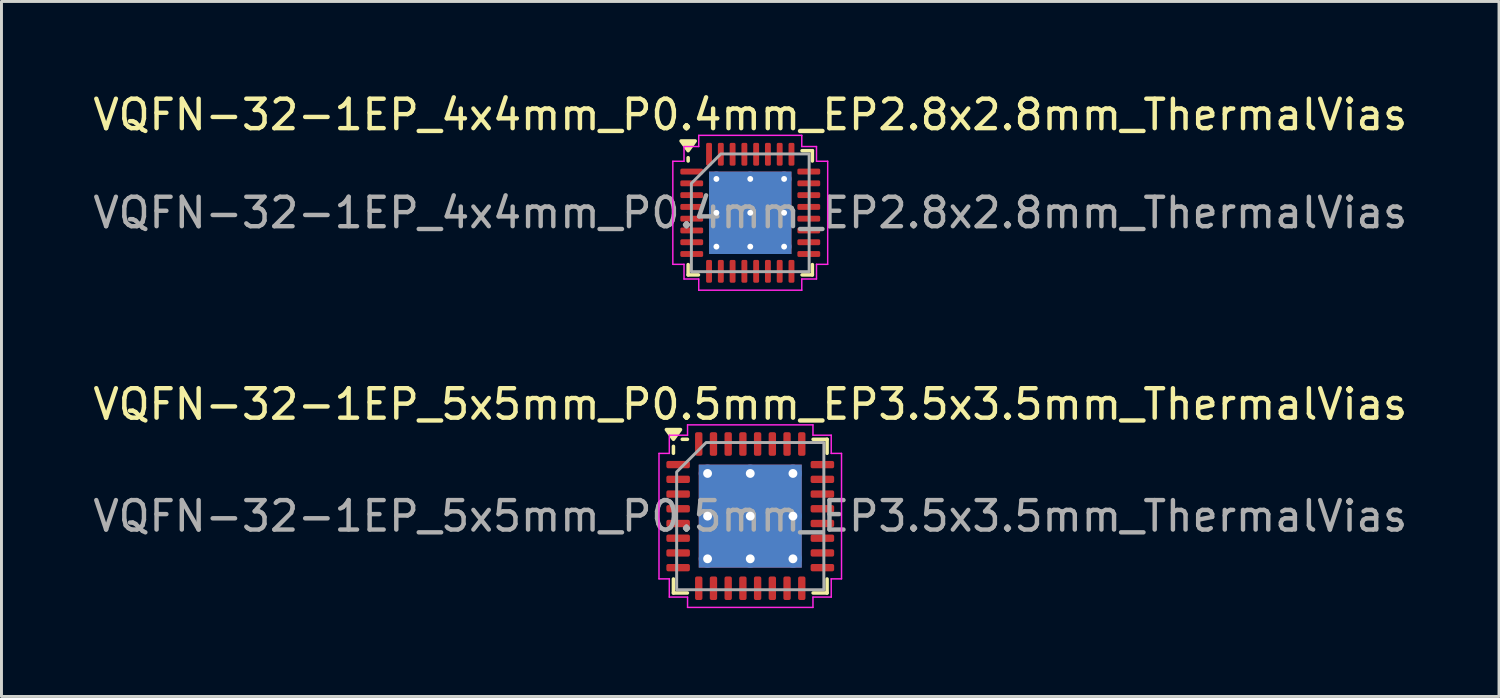
<source format=kicad_pcb>
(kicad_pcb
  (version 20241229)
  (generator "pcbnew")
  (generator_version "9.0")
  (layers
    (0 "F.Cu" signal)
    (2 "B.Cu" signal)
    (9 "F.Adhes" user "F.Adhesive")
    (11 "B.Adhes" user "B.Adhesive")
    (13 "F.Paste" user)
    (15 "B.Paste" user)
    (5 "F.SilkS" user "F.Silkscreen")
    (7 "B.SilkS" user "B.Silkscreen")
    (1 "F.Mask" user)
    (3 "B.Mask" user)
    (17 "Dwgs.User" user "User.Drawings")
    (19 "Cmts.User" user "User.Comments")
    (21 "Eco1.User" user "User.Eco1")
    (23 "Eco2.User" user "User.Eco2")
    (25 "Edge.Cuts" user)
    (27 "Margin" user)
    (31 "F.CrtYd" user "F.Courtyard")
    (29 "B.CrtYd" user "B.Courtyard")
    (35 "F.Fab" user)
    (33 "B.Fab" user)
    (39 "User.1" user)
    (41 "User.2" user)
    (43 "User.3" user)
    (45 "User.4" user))
  (footprint "VQFN-32-1EP_5x5mm_P0.5mm_EP3.5x3.5mm_ThermalVias"
    (layer "F.Cu")
    (at 22.435 14.482)
    (property "Reference" "VQFN-32-1EP_5x5mm_P0.5mm_EP3.5x3.5mm_ThermalVias" (at 0 -3.8 0) (layer "F.SilkS") (effects (font (size 1 1) (thickness 0.15))))
    (attr smd)
    (fp_line (start -2.61 -2.135) (end -2.61 -2.37) (stroke (width 0.12) (type solid)) (layer "F.SilkS"))
    (fp_line (start -2.61 2.61) (end -2.61 2.135) (stroke (width 0.12) (type solid)) (layer "F.SilkS"))
    (fp_line (start -2.135 -2.61) (end -2.31 -2.61) (stroke (width 0.12) (type solid)) (layer "F.SilkS"))
    (fp_line (start -2.135 2.61) (end -2.61 2.61) (stroke (width 0.12) (type solid)) (layer "F.SilkS"))
    (fp_line (start 2.135 -2.61) (end 2.61 -2.61) (stroke (width 0.12) (type solid)) (layer "F.SilkS"))
    (fp_line (start 2.135 2.61) (end 2.61 2.61) (stroke (width 0.12) (type solid)) (layer "F.SilkS"))
    (fp_line (start 2.61 -2.61) (end 2.61 -2.135) (stroke (width 0.12) (type solid)) (layer "F.SilkS"))
    (fp_line (start 2.61 2.61) (end 2.61 2.135) (stroke (width 0.12) (type solid)) (layer "F.SilkS"))
    (fp_poly (pts (xy -2.61 -2.61) (xy -2.85 -2.94) (xy -2.37 -2.94)) (stroke (width 0.12) (type solid)) (fill yes) (layer "F.SilkS"))
    (fp_line (start -3.1 -2.13) (end -2.75 -2.13) (stroke (width 0.05) (type solid)) (layer "F.CrtYd"))
    (fp_line (start -3.1 2.13) (end -3.1 -2.13) (stroke (width 0.05) (type solid)) (layer "F.CrtYd"))
    (fp_line (start -2.75 -2.75) (end -2.13 -2.75) (stroke (width 0.05) (type solid)) (layer "F.CrtYd"))
    (fp_line (start -2.75 -2.13) (end -2.75 -2.75) (stroke (width 0.05) (type solid)) (layer "F.CrtYd"))
    (fp_line (start -2.75 2.13) (end -3.1 2.13) (stroke (width 0.05) (type solid)) (layer "F.CrtYd"))
    (fp_line (start -2.75 2.75) (end -2.75 2.13) (stroke (width 0.05) (type solid)) (layer "F.CrtYd"))
    (fp_line (start -2.13 -3.1) (end 2.13 -3.1) (stroke (width 0.05) (type solid)) (layer "F.CrtYd"))
    (fp_line (start -2.13 -2.75) (end -2.13 -3.1) (stroke (width 0.05) (type solid)) (layer "F.CrtYd"))
    (fp_line (start -2.13 2.75) (end -2.75 2.75) (stroke (width 0.05) (type solid)) (layer "F.CrtYd"))
    (fp_line (start -2.13 3.1) (end -2.13 2.75) (stroke (width 0.05) (type solid)) (layer "F.CrtYd"))
    (fp_line (start 2.13 -3.1) (end 2.13 -2.75) (stroke (width 0.05) (type solid)) (layer "F.CrtYd"))
    (fp_line (start 2.13 -2.75) (end 2.75 -2.75) (stroke (width 0.05) (type solid)) (layer "F.CrtYd"))
    (fp_line (start 2.13 2.75) (end 2.13 3.1) (stroke (width 0.05) (type solid)) (layer "F.CrtYd"))
    (fp_line (start 2.13 3.1) (end -2.13 3.1) (stroke (width 0.05) (type solid)) (layer "F.CrtYd"))
    (fp_line (start 2.75 -2.75) (end 2.75 -2.13) (stroke (width 0.05) (type solid)) (layer "F.CrtYd"))
    (fp_line (start 2.75 -2.13) (end 3.1 -2.13) (stroke (width 0.05) (type solid)) (layer "F.CrtYd"))
    (fp_line (start 2.75 2.13) (end 2.75 2.75) (stroke (width 0.05) (type solid)) (layer "F.CrtYd"))
    (fp_line (start 2.75 2.75) (end 2.13 2.75) (stroke (width 0.05) (type solid)) (layer "F.CrtYd"))
    (fp_line (start 3.1 -2.13) (end 3.1 2.13) (stroke (width 0.05) (type solid)) (layer "F.CrtYd"))
    (fp_line (start 3.1 2.13) (end 2.75 2.13) (stroke (width 0.05) (type solid)) (layer "F.CrtYd"))
    (fp_poly (pts (xy -2.5 -1.5) (xy -2.5 2.5) (xy 2.5 2.5) (xy 2.5 -2.5) (xy -1.5 -2.5)) (stroke (width 0.1) (type solid)) (fill no) (layer "F.Fab"))
    (fp_text user "${REFERENCE}" (at 0 0 0) (layer "F.Fab") (effects (font (size 1 1) (thickness 0.15))))
    (pad "" smd roundrect (at -0.875 -0.875) (size 1.46 1.46) (layers "F.Paste") (roundrect_rratio 0.171))
    (pad "" smd roundrect (at -0.875 0.875) (size 1.46 1.46) (layers "F.Paste") (roundrect_rratio 0.171))
    (pad "" smd roundrect (at 0.875 -0.875) (size 1.46 1.46) (layers "F.Paste") (roundrect_rratio 0.171))
    (pad "" smd roundrect (at 0.875 0.875) (size 1.46 1.46) (layers "F.Paste") (roundrect_rratio 0.171))
    (pad "1" smd roundrect (at -2.45 -1.75) (size 0.8 0.25) (layers "F.Cu" "F.Mask" "F.Paste") (roundrect_rratio 0.25))
    (pad "2" smd roundrect (at -2.45 -1.25) (size 0.8 0.25) (layers "F.Cu" "F.Mask" "F.Paste") (roundrect_rratio 0.25))
    (pad "3" smd roundrect (at -2.45 -0.75) (size 0.8 0.25) (layers "F.Cu" "F.Mask" "F.Paste") (roundrect_rratio 0.25))
    (pad "4" smd roundrect (at -2.45 -0.25) (size 0.8 0.25) (layers "F.Cu" "F.Mask" "F.Paste") (roundrect_rratio 0.25))
    (pad "5" smd roundrect (at -2.45 0.25) (size 0.8 0.25) (layers "F.Cu" "F.Mask" "F.Paste") (roundrect_rratio 0.25))
    (pad "6" smd roundrect (at -2.45 0.75) (size 0.8 0.25) (layers "F.Cu" "F.Mask" "F.Paste") (roundrect_rratio 0.25))
    (pad "7" smd roundrect (at -2.45 1.25) (size 0.8 0.25) (layers "F.Cu" "F.Mask" "F.Paste") (roundrect_rratio 0.25))
    (pad "8" smd roundrect (at -2.45 1.75) (size 0.8 0.25) (layers "F.Cu" "F.Mask" "F.Paste") (roundrect_rratio 0.25))
    (pad "9" smd roundrect (at -1.75 2.45) (size 0.25 0.8) (layers "F.Cu" "F.Mask" "F.Paste") (roundrect_rratio 0.25))
    (pad "10" smd roundrect (at -1.25 2.45) (size 0.25 0.8) (layers "F.Cu" "F.Mask" "F.Paste") (roundrect_rratio 0.25))
    (pad "11" smd roundrect (at -0.75 2.45) (size 0.25 0.8) (layers "F.Cu" "F.Mask" "F.Paste") (roundrect_rratio 0.25))
    (pad "12" smd roundrect (at -0.25 2.45) (size 0.25 0.8) (layers "F.Cu" "F.Mask" "F.Paste") (roundrect_rratio 0.25))
    (pad "13" smd roundrect (at 0.25 2.45) (size 0.25 0.8) (layers "F.Cu" "F.Mask" "F.Paste") (roundrect_rratio 0.25))
    (pad "14" smd roundrect (at 0.75 2.45) (size 0.25 0.8) (layers "F.Cu" "F.Mask" "F.Paste") (roundrect_rratio 0.25))
    (pad "15" smd roundrect (at 1.25 2.45) (size 0.25 0.8) (layers "F.Cu" "F.Mask" "F.Paste") (roundrect_rratio 0.25))
    (pad "16" smd roundrect (at 1.75 2.45) (size 0.25 0.8) (layers "F.Cu" "F.Mask" "F.Paste") (roundrect_rratio 0.25))
    (pad "17" smd roundrect (at 2.45 1.75) (size 0.8 0.25) (layers "F.Cu" "F.Mask" "F.Paste") (roundrect_rratio 0.25))
    (pad "18" smd roundrect (at 2.45 1.25) (size 0.8 0.25) (layers "F.Cu" "F.Mask" "F.Paste") (roundrect_rratio 0.25))
    (pad "19" smd roundrect (at 2.45 0.75) (size 0.8 0.25) (layers "F.Cu" "F.Mask" "F.Paste") (roundrect_rratio 0.25))
    (pad "20" smd roundrect (at 2.45 0.25) (size 0.8 0.25) (layers "F.Cu" "F.Mask" "F.Paste") (roundrect_rratio 0.25))
    (pad "21" smd roundrect (at 2.45 -0.25) (size 0.8 0.25) (layers "F.Cu" "F.Mask" "F.Paste") (roundrect_rratio 0.25))
    (pad "22" smd roundrect (at 2.45 -0.75) (size 0.8 0.25) (layers "F.Cu" "F.Mask" "F.Paste") (roundrect_rratio 0.25))
    (pad "23" smd roundrect (at 2.45 -1.25) (size 0.8 0.25) (layers "F.Cu" "F.Mask" "F.Paste") (roundrect_rratio 0.25))
    (pad "24" smd roundrect (at 2.45 -1.75) (size 0.8 0.25) (layers "F.Cu" "F.Mask" "F.Paste") (roundrect_rratio 0.25))
    (pad "25" smd roundrect (at 1.75 -2.45) (size 0.25 0.8) (layers "F.Cu" "F.Mask" "F.Paste") (roundrect_rratio 0.25))
    (pad "26" smd roundrect (at 1.25 -2.45) (size 0.25 0.8) (layers "F.Cu" "F.Mask" "F.Paste") (roundrect_rratio 0.25))
    (pad "27" smd roundrect (at 0.75 -2.45) (size 0.25 0.8) (layers "F.Cu" "F.Mask" "F.Paste") (roundrect_rratio 0.25))
    (pad "28" smd roundrect (at 0.25 -2.45) (size 0.25 0.8) (layers "F.Cu" "F.Mask" "F.Paste") (roundrect_rratio 0.25))
    (pad "29" smd roundrect (at -0.25 -2.45) (size 0.25 0.8) (layers "F.Cu" "F.Mask" "F.Paste") (roundrect_rratio 0.25))
    (pad "30" smd roundrect (at -0.75 -2.45) (size 0.25 0.8) (layers "F.Cu" "F.Mask" "F.Paste") (roundrect_rratio 0.25))
    (pad "31" smd roundrect (at -1.25 -2.45) (size 0.25 0.8) (layers "F.Cu" "F.Mask" "F.Paste") (roundrect_rratio 0.25))
    (pad "32" smd roundrect (at -1.75 -2.45) (size 0.25 0.8) (layers "F.Cu" "F.Mask" "F.Paste") (roundrect_rratio 0.25))
    (pad "33" thru_hole circle (at -1.45 -1.45) (size 0.6 0.6) (drill 0.3) (property pad_prop_heatsink) (layers "*.Cu"))
    (pad "33" thru_hole circle (at -1.45 0) (size 0.6 0.6) (drill 0.3) (property pad_prop_heatsink) (layers "*.Cu"))
    (pad "33" thru_hole circle (at -1.45 1.45) (size 0.6 0.6) (drill 0.3) (property pad_prop_heatsink) (layers "*.Cu"))
    (pad "33" thru_hole circle (at 0 -1.45) (size 0.6 0.6) (drill 0.3) (property pad_prop_heatsink) (layers "*.Cu"))
    (pad "33" thru_hole circle (at 0 0) (size 0.6 0.6) (drill 0.3) (property pad_prop_heatsink) (layers "*.Cu"))
    (pad "33" smd rect (at 0 0) (size 3.5 3.5) (property pad_prop_heatsink) (layers "F.Cu" "F.Mask"))
    (pad "33" smd rect (at 0 0) (size 3.5 3.5) (property pad_prop_heatsink) (layers "B.Cu"))
    (pad "33" thru_hole circle (at 0 1.45) (size 0.6 0.6) (drill 0.3) (property pad_prop_heatsink) (layers "*.Cu"))
    (pad "33" thru_hole circle (at 1.45 -1.45) (size 0.6 0.6) (drill 0.3) (property pad_prop_heatsink) (layers "*.Cu"))
    (pad "33" thru_hole circle (at 1.45 0) (size 0.6 0.6) (drill 0.3) (property pad_prop_heatsink) (layers "*.Cu"))
    (pad "33" thru_hole circle (at 1.45 1.45) (size 0.6 0.6) (drill 0.3) (property pad_prop_heatsink) (layers "*.Cu")))
  (footprint "VQFN-32-1EP_4x4mm_P0.4mm_EP2.8x2.8mm_ThermalVias"
    (layer "F.Cu")
    (at 22.435 4.178)
    (property "Reference" "VQFN-32-1EP_4x4mm_P0.4mm_EP2.8x2.8mm_ThermalVias" (at 0 -3.33 0) (layer "F.SilkS") (effects (font (size 1 1) (thickness 0.15))))
    (attr smd)
    (fp_line (start -2.11 -1.76) (end -2.11 -1.87) (stroke (width 0.12) (type solid)) (layer "F.SilkS"))
    (fp_line (start -2.11 2.11) (end -2.11 1.76) (stroke (width 0.12) (type solid)) (layer "F.SilkS"))
    (fp_line (start -1.76 2.11) (end -2.11 2.11) (stroke (width 0.12) (type solid)) (layer "F.SilkS"))
    (fp_line (start 1.76 -2.11) (end 2.11 -2.11) (stroke (width 0.12) (type solid)) (layer "F.SilkS"))
    (fp_line (start 1.76 2.11) (end 2.11 2.11) (stroke (width 0.12) (type solid)) (layer "F.SilkS"))
    (fp_line (start 2.11 -2.11) (end 2.11 -1.76) (stroke (width 0.12) (type solid)) (layer "F.SilkS"))
    (fp_line (start 2.11 2.11) (end 2.11 1.76) (stroke (width 0.12) (type solid)) (layer "F.SilkS"))
    (fp_poly (pts (xy -2.11 -2.11) (xy -2.35 -2.44) (xy -1.87 -2.44)) (stroke (width 0.12) (type solid)) (fill yes) (layer "F.SilkS"))
    (fp_line (start -2.63 -1.75) (end -2.25 -1.75) (stroke (width 0.05) (type solid)) (layer "F.CrtYd"))
    (fp_line (start -2.63 1.75) (end -2.63 -1.75) (stroke (width 0.05) (type solid)) (layer "F.CrtYd"))
    (fp_line (start -2.25 -2.25) (end -1.75 -2.25) (stroke (width 0.05) (type solid)) (layer "F.CrtYd"))
    (fp_line (start -2.25 -1.75) (end -2.25 -2.25) (stroke (width 0.05) (type solid)) (layer "F.CrtYd"))
    (fp_line (start -2.25 1.75) (end -2.63 1.75) (stroke (width 0.05) (type solid)) (layer "F.CrtYd"))
    (fp_line (start -2.25 2.25) (end -2.25 1.75) (stroke (width 0.05) (type solid)) (layer "F.CrtYd"))
    (fp_line (start -1.75 -2.63) (end 1.75 -2.63) (stroke (width 0.05) (type solid)) (layer "F.CrtYd"))
    (fp_line (start -1.75 -2.25) (end -1.75 -2.63) (stroke (width 0.05) (type solid)) (layer "F.CrtYd"))
    (fp_line (start -1.75 2.25) (end -2.25 2.25) (stroke (width 0.05) (type solid)) (layer "F.CrtYd"))
    (fp_line (start -1.75 2.63) (end -1.75 2.25) (stroke (width 0.05) (type solid)) (layer "F.CrtYd"))
    (fp_line (start 1.75 -2.63) (end 1.75 -2.25) (stroke (width 0.05) (type solid)) (layer "F.CrtYd"))
    (fp_line (start 1.75 -2.25) (end 2.25 -2.25) (stroke (width 0.05) (type solid)) (layer "F.CrtYd"))
    (fp_line (start 1.75 2.25) (end 1.75 2.63) (stroke (width 0.05) (type solid)) (layer "F.CrtYd"))
    (fp_line (start 1.75 2.63) (end -1.75 2.63) (stroke (width 0.05) (type solid)) (layer "F.CrtYd"))
    (fp_line (start 2.25 -2.25) (end 2.25 -1.75) (stroke (width 0.05) (type solid)) (layer "F.CrtYd"))
    (fp_line (start 2.25 -1.75) (end 2.63 -1.75) (stroke (width 0.05) (type solid)) (layer "F.CrtYd"))
    (fp_line (start 2.25 1.75) (end 2.25 2.25) (stroke (width 0.05) (type solid)) (layer "F.CrtYd"))
    (fp_line (start 2.25 2.25) (end 1.75 2.25) (stroke (width 0.05) (type solid)) (layer "F.CrtYd"))
    (fp_line (start 2.63 -1.75) (end 2.63 1.75) (stroke (width 0.05) (type solid)) (layer "F.CrtYd"))
    (fp_line (start 2.63 1.75) (end 2.25 1.75) (stroke (width 0.05) (type solid)) (layer "F.CrtYd"))
    (fp_poly (pts (xy -2 -1) (xy -2 2) (xy 2 2) (xy 2 -2) (xy -1 -2)) (stroke (width 0.1) (type solid)) (fill no) (layer "F.Fab"))
    (fp_text user "${REFERENCE}" (at 0 0 0) (layer "F.Fab") (effects (font (size 1 1) (thickness 0.15))))
    (pad "" smd roundrect (at -0.7 -0.7) (size 1.17 1.17) (layers "F.Paste") (roundrect_rratio 0.214))
    (pad "" smd roundrect (at -0.7 0.7) (size 1.17 1.17) (layers "F.Paste") (roundrect_rratio 0.214))
    (pad "" smd roundrect (at 0.7 -0.7) (size 1.17 1.17) (layers "F.Paste") (roundrect_rratio 0.214))
    (pad "" smd roundrect (at 0.7 0.7) (size 1.17 1.17) (layers "F.Paste") (roundrect_rratio 0.214))
    (pad "1" smd roundrect (at -1.988 -1.4) (size 0.775 0.2) (layers "F.Cu" "F.Mask" "F.Paste") (roundrect_rratio 0.25))
    (pad "2" smd roundrect (at -1.988 -1) (size 0.775 0.2) (layers "F.Cu" "F.Mask" "F.Paste") (roundrect_rratio 0.25))
    (pad "3" smd roundrect (at -1.988 -0.6) (size 0.775 0.2) (layers "F.Cu" "F.Mask" "F.Paste") (roundrect_rratio 0.25))
    (pad "4" smd roundrect (at -1.988 -0.2) (size 0.775 0.2) (layers "F.Cu" "F.Mask" "F.Paste") (roundrect_rratio 0.25))
    (pad "5" smd roundrect (at -1.988 0.2) (size 0.775 0.2) (layers "F.Cu" "F.Mask" "F.Paste") (roundrect_rratio 0.25))
    (pad "6" smd roundrect (at -1.988 0.6) (size 0.775 0.2) (layers "F.Cu" "F.Mask" "F.Paste") (roundrect_rratio 0.25))
    (pad "7" smd roundrect (at -1.988 1) (size 0.775 0.2) (layers "F.Cu" "F.Mask" "F.Paste") (roundrect_rratio 0.25))
    (pad "8" smd roundrect (at -1.988 1.4) (size 0.775 0.2) (layers "F.Cu" "F.Mask" "F.Paste") (roundrect_rratio 0.25))
    (pad "9" smd roundrect (at -1.4 1.988) (size 0.2 0.775) (layers "F.Cu" "F.Mask" "F.Paste") (roundrect_rratio 0.25))
    (pad "10" smd roundrect (at -1 1.988) (size 0.2 0.775) (layers "F.Cu" "F.Mask" "F.Paste") (roundrect_rratio 0.25))
    (pad "11" smd roundrect (at -0.6 1.988) (size 0.2 0.775) (layers "F.Cu" "F.Mask" "F.Paste") (roundrect_rratio 0.25))
    (pad "12" smd roundrect (at -0.2 1.988) (size 0.2 0.775) (layers "F.Cu" "F.Mask" "F.Paste") (roundrect_rratio 0.25))
    (pad "13" smd roundrect (at 0.2 1.988) (size 0.2 0.775) (layers "F.Cu" "F.Mask" "F.Paste") (roundrect_rratio 0.25))
    (pad "14" smd roundrect (at 0.6 1.988) (size 0.2 0.775) (layers "F.Cu" "F.Mask" "F.Paste") (roundrect_rratio 0.25))
    (pad "15" smd roundrect (at 1 1.988) (size 0.2 0.775) (layers "F.Cu" "F.Mask" "F.Paste") (roundrect_rratio 0.25))
    (pad "16" smd roundrect (at 1.4 1.988) (size 0.2 0.775) (layers "F.Cu" "F.Mask" "F.Paste") (roundrect_rratio 0.25))
    (pad "17" smd roundrect (at 1.988 1.4) (size 0.775 0.2) (layers "F.Cu" "F.Mask" "F.Paste") (roundrect_rratio 0.25))
    (pad "18" smd roundrect (at 1.988 1) (size 0.775 0.2) (layers "F.Cu" "F.Mask" "F.Paste") (roundrect_rratio 0.25))
    (pad "19" smd roundrect (at 1.988 0.6) (size 0.775 0.2) (layers "F.Cu" "F.Mask" "F.Paste") (roundrect_rratio 0.25))
    (pad "20" smd roundrect (at 1.988 0.2) (size 0.775 0.2) (layers "F.Cu" "F.Mask" "F.Paste") (roundrect_rratio 0.25))
    (pad "21" smd roundrect (at 1.988 -0.2) (size 0.775 0.2) (layers "F.Cu" "F.Mask" "F.Paste") (roundrect_rratio 0.25))
    (pad "22" smd roundrect (at 1.988 -0.6) (size 0.775 0.2) (layers "F.Cu" "F.Mask" "F.Paste") (roundrect_rratio 0.25))
    (pad "23" smd roundrect (at 1.988 -1) (size 0.775 0.2) (layers "F.Cu" "F.Mask" "F.Paste") (roundrect_rratio 0.25))
    (pad "24" smd roundrect (at 1.988 -1.4) (size 0.775 0.2) (layers "F.Cu" "F.Mask" "F.Paste") (roundrect_rratio 0.25))
    (pad "25" smd roundrect (at 1.4 -1.988) (size 0.2 0.775) (layers "F.Cu" "F.Mask" "F.Paste") (roundrect_rratio 0.25))
    (pad "26" smd roundrect (at 1 -1.988) (size 0.2 0.775) (layers "F.Cu" "F.Mask" "F.Paste") (roundrect_rratio 0.25))
    (pad "27" smd roundrect (at 0.6 -1.988) (size 0.2 0.775) (layers "F.Cu" "F.Mask" "F.Paste") (roundrect_rratio 0.25))
    (pad "28" smd roundrect (at 0.2 -1.988) (size 0.2 0.775) (layers "F.Cu" "F.Mask" "F.Paste") (roundrect_rratio 0.25))
    (pad "29" smd roundrect (at -0.2 -1.988) (size 0.2 0.775) (layers "F.Cu" "F.Mask" "F.Paste") (roundrect_rratio 0.25))
    (pad "30" smd roundrect (at -0.6 -1.988) (size 0.2 0.775) (layers "F.Cu" "F.Mask" "F.Paste") (roundrect_rratio 0.25))
    (pad "31" smd roundrect (at -1 -1.988) (size 0.2 0.775) (layers "F.Cu" "F.Mask" "F.Paste") (roundrect_rratio 0.25))
    (pad "32" smd roundrect (at -1.4 -1.988) (size 0.2 0.775) (layers "F.Cu" "F.Mask" "F.Paste") (roundrect_rratio 0.25))
    (pad "33" thru_hole circle (at -1.15 -1.15) (size 0.5 0.5) (drill 0.2) (property pad_prop_heatsink) (layers "*.Cu"))
    (pad "33" thru_hole circle (at -1.15 0) (size 0.5 0.5) (drill 0.2) (property pad_prop_heatsink) (layers "*.Cu"))
    (pad "33" thru_hole circle (at -1.15 1.15) (size 0.5 0.5) (drill 0.2) (property pad_prop_heatsink) (layers "*.Cu"))
    (pad "33" thru_hole circle (at 0 -1.15) (size 0.5 0.5) (drill 0.2) (property pad_prop_heatsink) (layers "*.Cu"))
    (pad "33" thru_hole circle (at 0 0) (size 0.5 0.5) (drill 0.2) (property pad_prop_heatsink) (layers "*.Cu"))
    (pad "33" smd rect (at 0 0) (size 2.8 2.8) (property pad_prop_heatsink) (layers "F.Cu" "F.Mask"))
    (pad "33" smd rect (at 0 0) (size 2.8 2.8) (property pad_prop_heatsink) (layers "B.Cu"))
    (pad "33" thru_hole circle (at 0 1.15) (size 0.5 0.5) (drill 0.2) (property pad_prop_heatsink) (layers "*.Cu"))
    (pad "33" thru_hole circle (at 1.15 -1.15) (size 0.5 0.5) (drill 0.2) (property pad_prop_heatsink) (layers "*.Cu"))
    (pad "33" thru_hole circle (at 1.15 0) (size 0.5 0.5) (drill 0.2) (property pad_prop_heatsink) (layers "*.Cu"))
    (pad "33" thru_hole circle (at 1.15 1.15) (size 0.5 0.5) (drill 0.2) (property pad_prop_heatsink) (layers "*.Cu")))
  (gr_rect
    (start -3 -3)
    (end 47.869 20.607)
    (stroke (width 0.1) (type default))
    (fill no)
    (layer "Edge.Cuts")))
</source>
